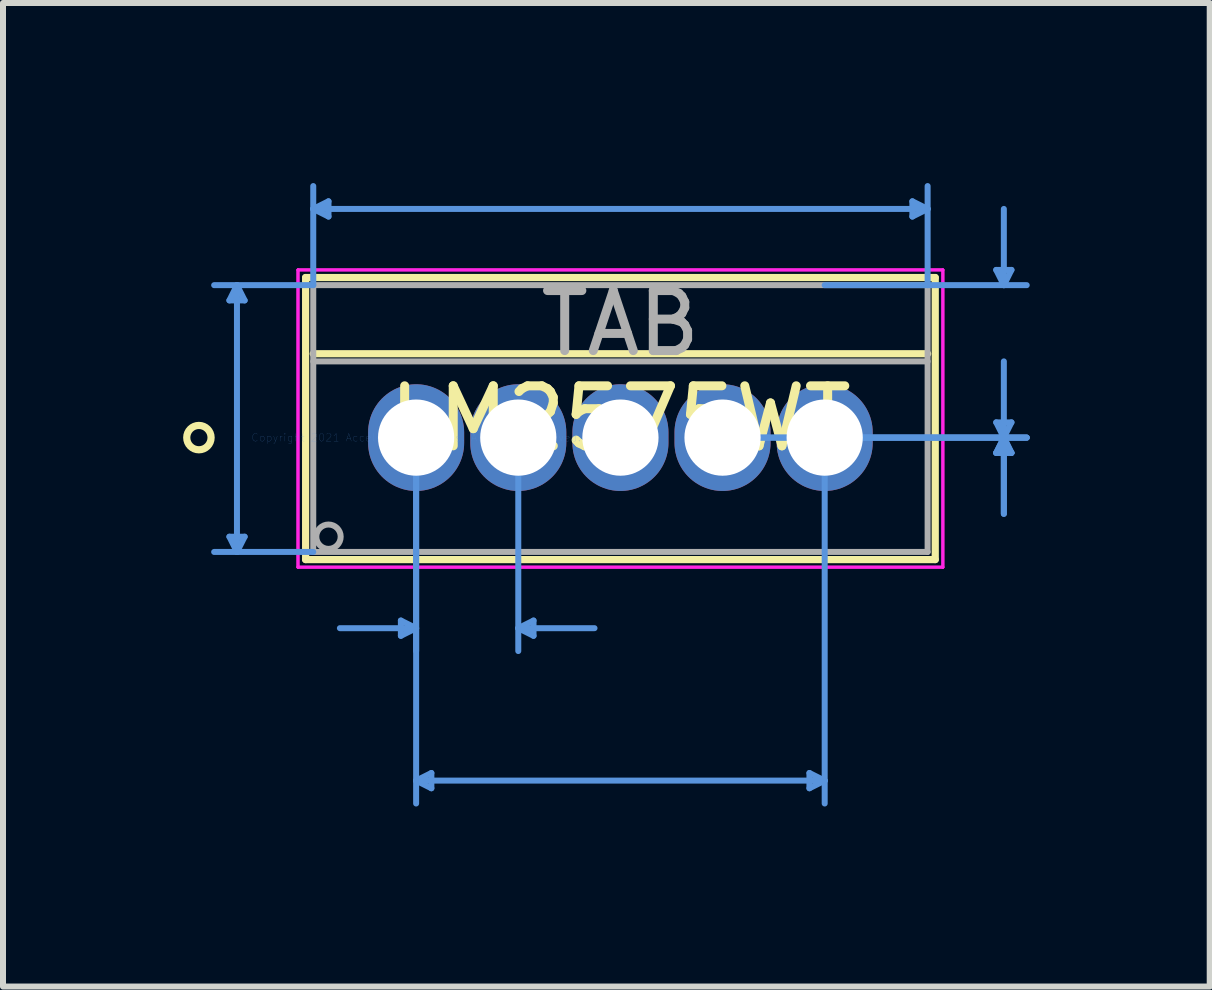
<source format=kicad_pcb>
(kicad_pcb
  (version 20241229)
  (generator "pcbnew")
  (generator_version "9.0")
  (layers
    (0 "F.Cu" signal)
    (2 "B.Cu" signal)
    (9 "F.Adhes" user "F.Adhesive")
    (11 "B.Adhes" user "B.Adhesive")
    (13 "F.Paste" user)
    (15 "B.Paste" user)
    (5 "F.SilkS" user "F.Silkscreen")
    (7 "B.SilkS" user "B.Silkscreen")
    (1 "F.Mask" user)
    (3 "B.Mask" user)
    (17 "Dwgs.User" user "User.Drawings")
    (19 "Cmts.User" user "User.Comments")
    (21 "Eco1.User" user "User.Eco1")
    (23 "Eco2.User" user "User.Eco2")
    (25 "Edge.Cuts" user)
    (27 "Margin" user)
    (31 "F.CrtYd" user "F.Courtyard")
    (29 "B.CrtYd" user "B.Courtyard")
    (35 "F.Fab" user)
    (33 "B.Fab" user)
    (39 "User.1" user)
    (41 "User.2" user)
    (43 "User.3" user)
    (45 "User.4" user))
  (footprint "LM2575WT"
    (layer "F.Cu")
    (at 3.883 4.241)
    (property "Reference" "LM2575WT" (at 3.404 -0.318 0) (layer "F.SilkS") (effects (font (size 1 1) (thickness 0.15))))
    (attr through_hole)
    (fp_line (start -1.841 -2.667) (end -1.841 2.032) (stroke (width 0.12) (type solid)) (layer "F.SilkS"))
    (fp_line (start -1.841 2.032) (end 8.649 2.032) (stroke (width 0.12) (type solid)) (layer "F.SilkS"))
    (fp_line (start -1.714 -1.397) (end 8.522 -1.397) (stroke (width 0.12) (type solid)) (layer "F.SilkS"))
    (fp_line (start 8.649 -2.667) (end -1.841 -2.667) (stroke (width 0.12) (type solid)) (layer "F.SilkS"))
    (fp_line (start 8.649 2.032) (end 8.649 -2.667) (stroke (width 0.12) (type solid)) (layer "F.SilkS"))
    (fp_circle (center -3.619 0) (end -3.416 0) (stroke (width 0.12) (type solid)) (fill no) (layer "F.SilkS"))
    (fp_line (start -3.111 -2.286) (end -2.857 -2.286) (stroke (width 0.1) (type solid)) (layer "Cmts.User"))
    (fp_line (start -3.111 1.651) (end -2.857 1.651) (stroke (width 0.1) (type solid)) (layer "Cmts.User"))
    (fp_line (start -2.985 -2.54) (end -3.111 -2.286) (stroke (width 0.1) (type solid)) (layer "Cmts.User"))
    (fp_line (start -2.985 -2.54) (end -2.985 1.905) (stroke (width 0.1) (type solid)) (layer "Cmts.User"))
    (fp_line (start -2.985 -2.54) (end -2.857 -2.286) (stroke (width 0.1) (type solid)) (layer "Cmts.User"))
    (fp_line (start -2.985 1.905) (end -3.111 1.651) (stroke (width 0.1) (type solid)) (layer "Cmts.User"))
    (fp_line (start -2.985 1.905) (end -2.857 1.651) (stroke (width 0.1) (type solid)) (layer "Cmts.User"))
    (fp_line (start -1.714 -3.81) (end -1.46 -3.937) (stroke (width 0.1) (type solid)) (layer "Cmts.User"))
    (fp_line (start -1.714 -3.81) (end -1.46 -3.683) (stroke (width 0.1) (type solid)) (layer "Cmts.User"))
    (fp_line (start -1.714 -3.81) (end 8.522 -3.81) (stroke (width 0.1) (type solid)) (layer "Cmts.User"))
    (fp_line (start -1.714 -2.54) (end -3.365 -2.54) (stroke (width 0.1) (type solid)) (layer "Cmts.User"))
    (fp_line (start -1.714 -2.54) (end -1.714 -4.191) (stroke (width 0.1) (type solid)) (layer "Cmts.User"))
    (fp_line (start -1.714 1.905) (end -3.365 1.905) (stroke (width 0.1) (type solid)) (layer "Cmts.User"))
    (fp_line (start -1.46 -3.937) (end -1.46 -3.683) (stroke (width 0.1) (type solid)) (layer "Cmts.User"))
    (fp_line (start -0.254 3.048) (end -0.254 3.302) (stroke (width 0.1) (type solid)) (layer "Cmts.User"))
    (fp_line (start 0 0) (end 0 3.556) (stroke (width 0.1) (type solid)) (layer "Cmts.User"))
    (fp_line (start 0 0) (end 0 6.096) (stroke (width 0.1) (type solid)) (layer "Cmts.User"))
    (fp_line (start 0 3.175) (end -1.27 3.175) (stroke (width 0.1) (type solid)) (layer "Cmts.User"))
    (fp_line (start 0 3.175) (end -0.254 3.048) (stroke (width 0.1) (type solid)) (layer "Cmts.User"))
    (fp_line (start 0 3.175) (end -0.254 3.302) (stroke (width 0.1) (type solid)) (layer "Cmts.User"))
    (fp_line (start 0 5.715) (end 0.254 5.588) (stroke (width 0.1) (type solid)) (layer "Cmts.User"))
    (fp_line (start 0 5.715) (end 0.254 5.842) (stroke (width 0.1) (type solid)) (layer "Cmts.User"))
    (fp_line (start 0 5.715) (end 6.807 5.715) (stroke (width 0.1) (type solid)) (layer "Cmts.User"))
    (fp_line (start 0.254 5.588) (end 0.254 5.842) (stroke (width 0.1) (type solid)) (layer "Cmts.User"))
    (fp_line (start 1.702 0) (end 1.702 3.556) (stroke (width 0.1) (type solid)) (layer "Cmts.User"))
    (fp_line (start 1.702 3.175) (end 1.956 3.048) (stroke (width 0.1) (type solid)) (layer "Cmts.User"))
    (fp_line (start 1.702 3.175) (end 1.956 3.302) (stroke (width 0.1) (type solid)) (layer "Cmts.User"))
    (fp_line (start 1.702 3.175) (end 2.972 3.175) (stroke (width 0.1) (type solid)) (layer "Cmts.User"))
    (fp_line (start 1.956 3.048) (end 1.956 3.302) (stroke (width 0.1) (type solid)) (layer "Cmts.User"))
    (fp_line (start 5.105 0) (end 10.173 0) (stroke (width 0.1) (type solid)) (layer "Cmts.User"))
    (fp_line (start 5.105 0) (end 10.173 0) (stroke (width 0.1) (type solid)) (layer "Cmts.User"))
    (fp_line (start 6.553 5.588) (end 6.553 5.842) (stroke (width 0.1) (type solid)) (layer "Cmts.User"))
    (fp_line (start 6.807 -2.54) (end 10.173 -2.54) (stroke (width 0.1) (type solid)) (layer "Cmts.User"))
    (fp_line (start 6.807 0) (end 6.807 6.096) (stroke (width 0.1) (type solid)) (layer "Cmts.User"))
    (fp_line (start 6.807 0) (end 10.173 0) (stroke (width 0.1) (type solid)) (layer "Cmts.User"))
    (fp_line (start 6.807 5.715) (end 6.553 5.588) (stroke (width 0.1) (type solid)) (layer "Cmts.User"))
    (fp_line (start 6.807 5.715) (end 6.553 5.842) (stroke (width 0.1) (type solid)) (layer "Cmts.User"))
    (fp_line (start 8.268 -3.937) (end 8.268 -3.683) (stroke (width 0.1) (type solid)) (layer "Cmts.User"))
    (fp_line (start 8.522 -3.81) (end 8.268 -3.937) (stroke (width 0.1) (type solid)) (layer "Cmts.User"))
    (fp_line (start 8.522 -3.81) (end 8.268 -3.683) (stroke (width 0.1) (type solid)) (layer "Cmts.User"))
    (fp_line (start 8.522 -2.54) (end 8.522 -4.191) (stroke (width 0.1) (type solid)) (layer "Cmts.User"))
    (fp_line (start 9.665 -2.794) (end 9.919 -2.794) (stroke (width 0.1) (type solid)) (layer "Cmts.User"))
    (fp_line (start 9.665 -0.254) (end 9.919 -0.254) (stroke (width 0.1) (type solid)) (layer "Cmts.User"))
    (fp_line (start 9.665 0.254) (end 9.919 0.254) (stroke (width 0.1) (type solid)) (layer "Cmts.User"))
    (fp_line (start 9.665 0.254) (end 9.919 0.254) (stroke (width 0.1) (type solid)) (layer "Cmts.User"))
    (fp_line (start 9.792 -2.54) (end 9.665 -2.794) (stroke (width 0.1) (type solid)) (layer "Cmts.User"))
    (fp_line (start 9.792 -2.54) (end 9.792 -3.81) (stroke (width 0.1) (type solid)) (layer "Cmts.User"))
    (fp_line (start 9.792 -2.54) (end 9.919 -2.794) (stroke (width 0.1) (type solid)) (layer "Cmts.User"))
    (fp_line (start 9.792 0) (end 9.665 -0.254) (stroke (width 0.1) (type solid)) (layer "Cmts.User"))
    (fp_line (start 9.792 0) (end 9.665 0.254) (stroke (width 0.1) (type solid)) (layer "Cmts.User"))
    (fp_line (start 9.792 0) (end 9.665 0.254) (stroke (width 0.1) (type solid)) (layer "Cmts.User"))
    (fp_line (start 9.792 0) (end 9.792 -1.27) (stroke (width 0.1) (type solid)) (layer "Cmts.User"))
    (fp_line (start 9.792 0) (end 9.792 1.27) (stroke (width 0.1) (type solid)) (layer "Cmts.User"))
    (fp_line (start 9.792 0) (end 9.792 1.27) (stroke (width 0.1) (type solid)) (layer "Cmts.User"))
    (fp_line (start 9.792 0) (end 9.919 -0.254) (stroke (width 0.1) (type solid)) (layer "Cmts.User"))
    (fp_line (start 9.792 0) (end 9.919 0.254) (stroke (width 0.1) (type solid)) (layer "Cmts.User"))
    (fp_line (start 9.792 0) (end 9.919 0.254) (stroke (width 0.1) (type solid)) (layer "Cmts.User"))
    (fp_line (start -1.968 -2.794) (end -1.968 2.159) (stroke (width 0.05) (type solid)) (layer "F.CrtYd"))
    (fp_line (start -1.968 -2.794) (end -1.968 2.159) (stroke (width 0.05) (type solid)) (layer "F.CrtYd"))
    (fp_line (start -1.968 2.159) (end 8.776 2.159) (stroke (width 0.05) (type solid)) (layer "F.CrtYd"))
    (fp_line (start -1.968 2.159) (end 8.776 2.159) (stroke (width 0.05) (type solid)) (layer "F.CrtYd"))
    (fp_line (start 8.776 -2.794) (end -1.968 -2.794) (stroke (width 0.05) (type solid)) (layer "F.CrtYd"))
    (fp_line (start 8.776 -2.794) (end -1.968 -2.794) (stroke (width 0.05) (type solid)) (layer "F.CrtYd"))
    (fp_line (start 8.776 2.159) (end 8.776 -2.794) (stroke (width 0.05) (type solid)) (layer "F.CrtYd"))
    (fp_line (start 8.776 2.159) (end 8.776 -2.794) (stroke (width 0.05) (type solid)) (layer "F.CrtYd"))
    (fp_line (start -1.714 -2.54) (end -1.714 1.905) (stroke (width 0.1) (type solid)) (layer "F.Fab"))
    (fp_line (start -1.714 -1.27) (end 8.522 -1.27) (stroke (width 0.1) (type solid)) (layer "F.Fab"))
    (fp_line (start -1.714 1.905) (end 8.522 1.905) (stroke (width 0.1) (type solid)) (layer "F.Fab"))
    (fp_line (start 8.522 -2.54) (end -1.714 -2.54) (stroke (width 0.1) (type solid)) (layer "F.Fab"))
    (fp_line (start 8.522 1.905) (end 8.522 -2.54) (stroke (width 0.1) (type solid)) (layer "F.Fab"))
    (fp_circle (center -1.46 1.651) (end -1.257 1.651) (stroke (width 0.1) (type solid)) (fill no) (layer "F.Fab"))
    (fp_text user "*" (at 0 0 0) (layer "F.SilkS") (effects (font (size 1 1) (thickness 0.15))))
    (fp_text user "Copyright 2021 Accelerated Designs. All rights reserved." (at 0 0 0) (layer "Cmts.User") (effects (font (size 0.127 0.127) (thickness 0.002))))
    (fp_text user "TAB" (at 3.404 -1.905 0) (layer "F.Fab") (effects (font (size 1 1) (thickness 0.15))))
    (fp_text user "*" (at 0 0 0) (layer "F.Fab") (effects (font (size 1 1) (thickness 0.15))))
    (pad "1" thru_hole oval (at 0 0) (size 1.6 1.778) (drill 1.27) (layers "*.Cu" "*.Mask"))
    (pad "2" thru_hole oval (at 1.702 0) (size 1.6 1.778) (drill 1.27) (layers "*.Cu" "*.Mask"))
    (pad "3" thru_hole oval (at 3.404 0) (size 1.6 1.778) (drill 1.27) (layers "*.Cu" "*.Mask"))
    (pad "4" thru_hole oval (at 5.105 0) (size 1.6 1.778) (drill 1.27) (layers "*.Cu" "*.Mask"))
    (pad "5" thru_hole oval (at 6.807 0) (size 1.6 1.778) (drill 1.27) (layers "*.Cu" "*.Mask")))
  (gr_rect
    (start -3 -3)
    (end 17.105 13.387)
    (stroke (width 0.1) (type default))
    (fill no)
    (layer "Edge.Cuts")))
</source>
